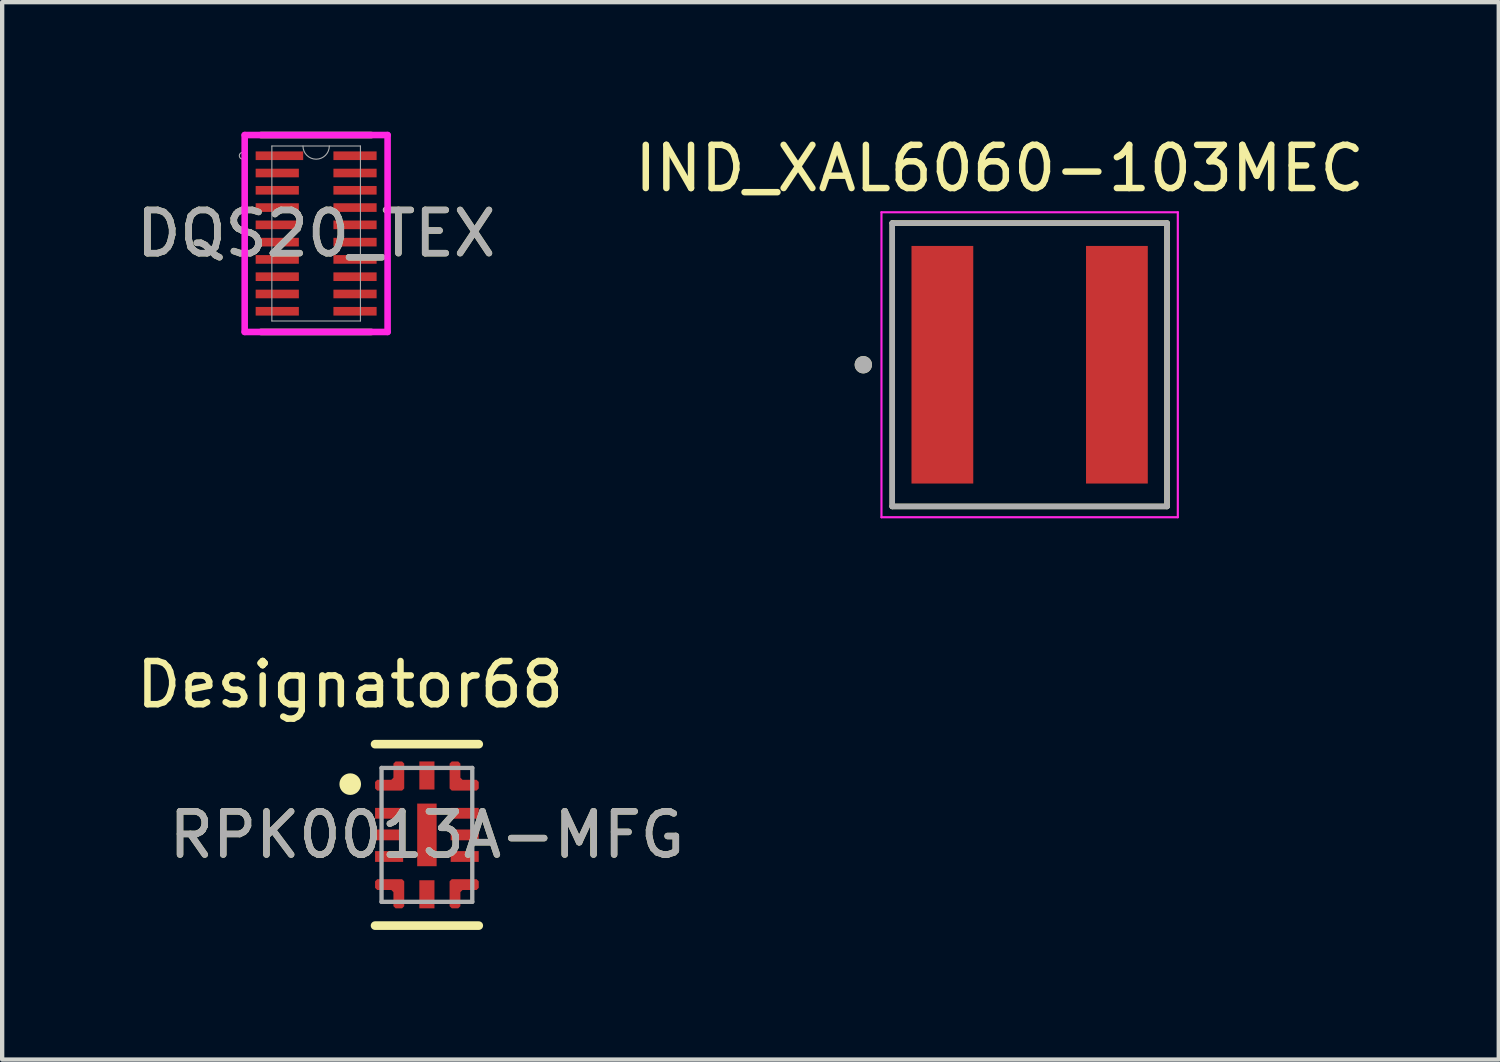
<source format=kicad_pcb>
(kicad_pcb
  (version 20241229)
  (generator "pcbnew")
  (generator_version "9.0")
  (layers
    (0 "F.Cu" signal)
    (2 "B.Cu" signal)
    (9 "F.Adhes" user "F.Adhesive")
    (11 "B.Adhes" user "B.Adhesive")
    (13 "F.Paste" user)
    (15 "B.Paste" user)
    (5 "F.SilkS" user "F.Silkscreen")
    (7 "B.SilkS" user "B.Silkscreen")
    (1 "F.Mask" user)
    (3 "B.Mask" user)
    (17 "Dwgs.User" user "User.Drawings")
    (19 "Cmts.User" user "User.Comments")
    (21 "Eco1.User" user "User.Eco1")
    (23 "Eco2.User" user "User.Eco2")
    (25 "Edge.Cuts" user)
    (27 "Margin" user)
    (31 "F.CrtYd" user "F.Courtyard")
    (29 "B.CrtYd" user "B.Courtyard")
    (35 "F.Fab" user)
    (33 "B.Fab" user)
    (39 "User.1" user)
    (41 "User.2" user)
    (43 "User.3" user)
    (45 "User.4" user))
  (footprint "DQS20_TEX"
    (layer "F.Cu")
    (at 4.268 2.355)
    (property "Reference" "DQS20_TEX" (at 0 0 0) (unlocked yes) (layer "F.SilkS") (effects (font (size 1 1) (thickness 0.15))))
    (attr smd)
    (fp_poly (pts (xy -1.4 -1.9) (xy -1.4 -1.7) (xy -0.4 -1.7) (xy -0.4 -1.9)) (stroke (width 0) (type solid)) (fill yes) (layer "F.Mask"))
    (fp_poly (pts (xy -1.4 -1.5) (xy -1.4 -1.3) (xy -0.4 -1.3) (xy -0.4 -1.5)) (stroke (width 0) (type solid)) (fill yes) (layer "F.Mask"))
    (fp_poly (pts (xy -1.4 -1.1) (xy -1.4 -0.9) (xy -0.4 -0.9) (xy -0.4 -1.1)) (stroke (width 0) (type solid)) (fill yes) (layer "F.Mask"))
    (fp_poly (pts (xy -1.4 -0.7) (xy -1.4 -0.5) (xy -0.4 -0.5) (xy -0.4 -0.7)) (stroke (width 0) (type solid)) (fill yes) (layer "F.Mask"))
    (fp_poly (pts (xy -1.4 -0.3) (xy -1.4 -0.1) (xy -0.4 -0.1) (xy -0.4 -0.3)) (stroke (width 0) (type solid)) (fill yes) (layer "F.Mask"))
    (fp_poly (pts (xy -1.4 0.1) (xy -1.4 0.3) (xy -0.4 0.3) (xy -0.4 0.1)) (stroke (width 0) (type solid)) (fill yes) (layer "F.Mask"))
    (fp_poly (pts (xy -1.4 0.5) (xy -1.4 0.7) (xy -0.4 0.7) (xy -0.4 0.5)) (stroke (width 0) (type solid)) (fill yes) (layer "F.Mask"))
    (fp_poly (pts (xy -1.4 0.9) (xy -1.4 1.1) (xy -0.4 1.1) (xy -0.4 0.9)) (stroke (width 0) (type solid)) (fill yes) (layer "F.Mask"))
    (fp_poly (pts (xy -1.4 1.3) (xy -1.4 1.5) (xy -0.4 1.5) (xy -0.4 1.3)) (stroke (width 0) (type solid)) (fill yes) (layer "F.Mask"))
    (fp_poly (pts (xy -1.4 1.7) (xy -1.4 1.9) (xy -0.4 1.9) (xy -0.4 1.7)) (stroke (width 0) (type solid)) (fill yes) (layer "F.Mask"))
    (fp_poly (pts (xy 0.4 -1.9) (xy 0.4 -1.7) (xy 1.4 -1.7) (xy 1.4 -1.9)) (stroke (width 0) (type solid)) (fill yes) (layer "F.Mask"))
    (fp_poly (pts (xy 0.4 -1.5) (xy 0.4 -1.3) (xy 1.4 -1.3) (xy 1.4 -1.5)) (stroke (width 0) (type solid)) (fill yes) (layer "F.Mask"))
    (fp_poly (pts (xy 0.4 -1.1) (xy 0.4 -0.9) (xy 1.4 -0.9) (xy 1.4 -1.1)) (stroke (width 0) (type solid)) (fill yes) (layer "F.Mask"))
    (fp_poly (pts (xy 0.4 -0.7) (xy 0.4 -0.5) (xy 1.4 -0.5) (xy 1.4 -0.7)) (stroke (width 0) (type solid)) (fill yes) (layer "F.Mask"))
    (fp_poly (pts (xy 0.4 -0.3) (xy 0.4 -0.1) (xy 1.4 -0.1) (xy 1.4 -0.3)) (stroke (width 0) (type solid)) (fill yes) (layer "F.Mask"))
    (fp_poly (pts (xy 0.4 0.1) (xy 0.4 0.3) (xy 1.4 0.3) (xy 1.4 0.1)) (stroke (width 0) (type solid)) (fill yes) (layer "F.Mask"))
    (fp_poly (pts (xy 0.4 0.5) (xy 0.4 0.7) (xy 1.4 0.7) (xy 1.4 0.5)) (stroke (width 0) (type solid)) (fill yes) (layer "F.Mask"))
    (fp_poly (pts (xy 0.4 0.9) (xy 0.4 1.1) (xy 1.4 1.1) (xy 1.4 0.9)) (stroke (width 0) (type solid)) (fill yes) (layer "F.Mask"))
    (fp_poly (pts (xy 0.4 1.3) (xy 0.4 1.5) (xy 1.4 1.5) (xy 1.4 1.3)) (stroke (width 0) (type solid)) (fill yes) (layer "F.Mask"))
    (fp_poly (pts (xy 0.4 1.7) (xy 0.4 1.9) (xy 1.4 1.9) (xy 1.4 1.7)) (stroke (width 0) (type solid)) (fill yes) (layer "F.Mask"))
    (fp_line (start -1.279 2.279) (end 1.279 2.279) (stroke (width 0.152) (type solid)) (layer "F.SilkS"))
    (fp_line (start 1.279 -2.279) (end -1.279 -2.279) (stroke (width 0.152) (type solid)) (layer "F.SilkS"))
    (fp_poly (pts (xy -1.4 -1.9) (xy -1.4 -1.7) (xy -0.35 -1.7) (xy -0.35 -1.9)) (stroke (width 0) (type solid)) (fill yes) (layer "F.Paste"))
    (fp_poly (pts (xy -1.4 -1.5) (xy -1.4 -1.3) (xy -0.4 -1.3) (xy -0.4 -1.5)) (stroke (width 0) (type solid)) (fill yes) (layer "F.Paste"))
    (fp_poly (pts (xy -1.4 -1.1) (xy -1.4 -0.9) (xy -0.4 -0.9) (xy -0.4 -1.1)) (stroke (width 0) (type solid)) (fill yes) (layer "F.Paste"))
    (fp_poly (pts (xy -1.4 -0.7) (xy -1.4 -0.5) (xy -0.4 -0.5) (xy -0.4 -0.7)) (stroke (width 0) (type solid)) (fill yes) (layer "F.Paste"))
    (fp_poly (pts (xy -1.4 -0.3) (xy -1.4 -0.1) (xy -0.4 -0.1) (xy -0.4 -0.3)) (stroke (width 0) (type solid)) (fill yes) (layer "F.Paste"))
    (fp_poly (pts (xy -1.4 0.1) (xy -1.4 0.3) (xy -0.4 0.3) (xy -0.4 0.1)) (stroke (width 0) (type solid)) (fill yes) (layer "F.Paste"))
    (fp_poly (pts (xy -1.4 0.5) (xy -1.4 0.7) (xy -0.4 0.7) (xy -0.4 0.5)) (stroke (width 0) (type solid)) (fill yes) (layer "F.Paste"))
    (fp_poly (pts (xy -1.4 0.9) (xy -1.4 1.1) (xy -0.4 1.1) (xy -0.4 0.9)) (stroke (width 0) (type solid)) (fill yes) (layer "F.Paste"))
    (fp_poly (pts (xy -1.4 1.3) (xy -1.4 1.5) (xy -0.4 1.5) (xy -0.4 1.3)) (stroke (width 0) (type solid)) (fill yes) (layer "F.Paste"))
    (fp_poly (pts (xy -1.4 1.7) (xy -1.4 1.9) (xy -0.4 1.9) (xy -0.4 1.7)) (stroke (width 0) (type solid)) (fill yes) (layer "F.Paste"))
    (fp_poly (pts (xy 0.4 -1.9) (xy 0.4 -1.7) (xy 1.4 -1.7) (xy 1.4 -1.9)) (stroke (width 0) (type solid)) (fill yes) (layer "F.Paste"))
    (fp_poly (pts (xy 0.4 -1.5) (xy 0.4 -1.3) (xy 1.4 -1.3) (xy 1.4 -1.5)) (stroke (width 0) (type solid)) (fill yes) (layer "F.Paste"))
    (fp_poly (pts (xy 0.4 -1.1) (xy 0.4 -0.9) (xy 1.4 -0.9) (xy 1.4 -1.1)) (stroke (width 0) (type solid)) (fill yes) (layer "F.Paste"))
    (fp_poly (pts (xy 0.4 -0.7) (xy 0.4 -0.5) (xy 1.4 -0.5) (xy 1.4 -0.7)) (stroke (width 0) (type solid)) (fill yes) (layer "F.Paste"))
    (fp_poly (pts (xy 0.4 -0.3) (xy 0.4 -0.1) (xy 1.4 -0.1) (xy 1.4 -0.3)) (stroke (width 0) (type solid)) (fill yes) (layer "F.Paste"))
    (fp_poly (pts (xy 0.4 0.1) (xy 0.4 0.3) (xy 1.4 0.3) (xy 1.4 0.1)) (stroke (width 0) (type solid)) (fill yes) (layer "F.Paste"))
    (fp_poly (pts (xy 0.4 0.5) (xy 0.4 0.7) (xy 1.4 0.7) (xy 1.4 0.5)) (stroke (width 0) (type solid)) (fill yes) (layer "F.Paste"))
    (fp_poly (pts (xy 0.4 0.9) (xy 0.4 1.1) (xy 1.4 1.1) (xy 1.4 0.9)) (stroke (width 0) (type solid)) (fill yes) (layer "F.Paste"))
    (fp_poly (pts (xy 0.4 1.3) (xy 0.4 1.5) (xy 1.4 1.5) (xy 1.4 1.3)) (stroke (width 0) (type solid)) (fill yes) (layer "F.Paste"))
    (fp_poly (pts (xy 0.4 1.7) (xy 0.4 1.9) (xy 1.4 1.9) (xy 1.4 1.7)) (stroke (width 0) (type solid)) (fill yes) (layer "F.Paste"))
    (fp_line (start -1.654 -2.279) (end 1.654 -2.279) (stroke (width 0.152) (type solid)) (layer "F.CrtYd"))
    (fp_line (start -1.654 2.279) (end -1.654 -2.279) (stroke (width 0.152) (type solid)) (layer "F.CrtYd"))
    (fp_line (start 1.654 -2.279) (end 1.654 2.279) (stroke (width 0.152) (type solid)) (layer "F.CrtYd"))
    (fp_line (start 1.654 2.279) (end -1.654 2.279) (stroke (width 0.152) (type solid)) (layer "F.CrtYd"))
    (fp_line (start -1.025 -2.025) (end -1.025 2.025) (stroke (width 0.025) (type solid)) (layer "F.Fab"))
    (fp_line (start -1.025 2.025) (end 1.025 2.025) (stroke (width 0.025) (type solid)) (layer "F.Fab"))
    (fp_line (start 1.025 -2.025) (end -1.025 -2.025) (stroke (width 0.025) (type solid)) (layer "F.Fab"))
    (fp_line (start 1.025 2.025) (end 1.025 -2.025) (stroke (width 0.025) (type solid)) (layer "F.Fab"))
    (fp_arc (start 0.3048 -2.025) (mid 0 -1.7202) (end -0.3048 -2.025) (stroke (width 0.0254) (type solid)) (layer "F.Fab"))
    (fp_circle (center -1.702 -1.8) (end -1.625 -1.8) (stroke (width 0.025) (type solid)) (fill no) (layer "F.Fab"))
    (fp_text user "${REFERENCE}" (at 0 0 0) (unlocked yes) (layer "F.Fab") (effects (font (size 1 1) (thickness 0.15))))
    (pad "1" smd rect (at -0.85 -1.8) (size 1.1 0.2) (layers "F.Cu" "F.Mask"))
    (pad "2" smd rect (at -0.9 -1.4) (size 1 0.2) (layers "F.Cu" "F.Mask"))
    (pad "3" smd rect (at -0.9 -1) (size 1 0.2) (layers "F.Cu" "F.Mask"))
    (pad "4" smd rect (at -0.9 -0.6) (size 1 0.2) (layers "F.Cu" "F.Mask"))
    (pad "5" smd rect (at -0.9 -0.2) (size 1 0.2) (layers "F.Cu" "F.Mask"))
    (pad "6" smd rect (at -0.9 0.2) (size 1 0.2) (layers "F.Cu" "F.Mask"))
    (pad "7" smd rect (at -0.9 0.6) (size 1 0.2) (layers "F.Cu" "F.Mask"))
    (pad "8" smd rect (at -0.9 1) (size 1 0.2) (layers "F.Cu" "F.Mask"))
    (pad "9" smd rect (at -0.9 1.4) (size 1 0.2) (layers "F.Cu" "F.Mask"))
    (pad "10" smd rect (at -0.9 1.8) (size 1 0.2) (layers "F.Cu" "F.Mask"))
    (pad "11" smd rect (at 0.9 1.8) (size 1 0.2) (layers "F.Cu" "F.Mask"))
    (pad "12" smd rect (at 0.9 1.4) (size 1 0.2) (layers "F.Cu" "F.Mask"))
    (pad "13" smd rect (at 0.9 1) (size 1 0.2) (layers "F.Cu" "F.Mask"))
    (pad "14" smd rect (at 0.9 0.6) (size 1 0.2) (layers "F.Cu" "F.Mask"))
    (pad "15" smd rect (at 0.9 0.2) (size 1 0.2) (layers "F.Cu" "F.Mask"))
    (pad "16" smd rect (at 0.9 -0.2) (size 1 0.2) (layers "F.Cu" "F.Mask"))
    (pad "17" smd rect (at 0.9 -0.6) (size 1 0.2) (layers "F.Cu" "F.Mask"))
    (pad "18" smd rect (at 0.9 -1) (size 1 0.2) (layers "F.Cu" "F.Mask"))
    (pad "19" smd rect (at 0.9 -1.4) (size 1 0.2) (layers "F.Cu" "F.Mask"))
    (pad "20" smd rect (at 0.9 -1.8) (size 1 0.2) (layers "F.Cu" "F.Mask")))
  (footprint "IND_XAL6060-103MEC"
    (layer "F.Cu")
    (at 20.784 5.393)
    (property "Reference" "IND_XAL6060-103MEC" (at -0.695 -4.545 0) (layer "F.SilkS") (effects (font (size 1 1) (thickness 0.15))))
    (attr smd)
    (fp_line (start -3.18 -3.28) (end -3.18 3.28) (stroke (width 0.127) (type solid)) (layer "F.SilkS"))
    (fp_line (start -3.18 3.28) (end 3.18 3.28) (stroke (width 0.127) (type solid)) (layer "F.SilkS"))
    (fp_line (start 3.18 -3.28) (end -3.18 -3.28) (stroke (width 0.127) (type solid)) (layer "F.SilkS"))
    (fp_line (start 3.18 3.28) (end 3.18 -3.28) (stroke (width 0.127) (type solid)) (layer "F.SilkS"))
    (fp_circle (center -3.85 0) (end -3.75 0) (stroke (width 0.2) (type solid)) (fill no) (layer "F.SilkS"))
    (fp_line (start -3.43 -3.53) (end 3.43 -3.53) (stroke (width 0.05) (type solid)) (layer "F.CrtYd"))
    (fp_line (start -3.43 3.53) (end -3.43 -3.53) (stroke (width 0.05) (type solid)) (layer "F.CrtYd"))
    (fp_line (start 3.43 -3.53) (end 3.43 3.53) (stroke (width 0.05) (type solid)) (layer "F.CrtYd"))
    (fp_line (start 3.43 3.53) (end -3.43 3.53) (stroke (width 0.05) (type solid)) (layer "F.CrtYd"))
    (fp_line (start -3.18 -3.28) (end -3.18 3.28) (stroke (width 0.127) (type solid)) (layer "F.Fab"))
    (fp_line (start -3.18 3.28) (end 3.18 3.28) (stroke (width 0.127) (type solid)) (layer "F.Fab"))
    (fp_line (start 3.18 -3.28) (end -3.18 -3.28) (stroke (width 0.127) (type solid)) (layer "F.Fab"))
    (fp_line (start 3.18 3.28) (end 3.18 -3.28) (stroke (width 0.127) (type solid)) (layer "F.Fab"))
    (fp_circle (center -3.85 0) (end -3.75 0) (stroke (width 0.2) (type solid)) (fill no) (layer "F.Fab"))
    (pad "1" smd rect (at -2.02 0) (size 1.43 5.5) (layers "F.Cu" "F.Mask" "F.Paste"))
    (pad "2" smd rect (at 2.02 0) (size 1.43 5.5) (layers "F.Cu" "F.Mask" "F.Paste")))
  (footprint "RPK0013A-MFG"
    (layer "F.Cu")
    (at 6.832 16.276)
    (property "Reference" "RPK0013A-MFG" (at 0 0 0) (unlocked yes) (layer "F.SilkS") (effects (font (size 1 1) (thickness 0.15))))
    (attr smd)
    (fp_poly (pts (xy -1.2 -1.075) (xy -1.15 -1.025) (xy -0.575 -1.025) (xy -0.525 -1.075) (xy -0.525 -1.65) (xy -0.575 -1.7) (xy -0.725 -1.7) (xy -0.775 -1.65) (xy -0.775 -1.325) (xy -0.825 -1.275) (xy -1.15 -1.275) (xy -1.2 -1.225)) (stroke (width 0) (type solid)) (fill yes) (layer "F.Cu"))
    (fp_poly (pts (xy -1.2 1.075) (xy -1.15 1.025) (xy -0.575 1.025) (xy -0.525 1.075) (xy -0.525 1.65) (xy -0.575 1.7) (xy -0.725 1.7) (xy -0.775 1.65) (xy -0.775 1.325) (xy -0.825 1.275) (xy -1.15 1.275) (xy -1.2 1.225)) (stroke (width 0) (type solid)) (fill yes) (layer "F.Cu"))
    (fp_poly (pts (xy 1.2 -1.075) (xy 1.15 -1.025) (xy 0.575 -1.025) (xy 0.525 -1.075) (xy 0.525 -1.65) (xy 0.575 -1.7) (xy 0.725 -1.7) (xy 0.775 -1.65) (xy 0.775 -1.325) (xy 0.825 -1.275) (xy 1.15 -1.275) (xy 1.2 -1.225)) (stroke (width 0) (type solid)) (fill yes) (layer "F.Cu"))
    (fp_poly (pts (xy 1.2 1.075) (xy 1.15 1.025) (xy 0.575 1.025) (xy 0.525 1.075) (xy 0.525 1.65) (xy 0.575 1.7) (xy 0.725 1.7) (xy 0.775 1.65) (xy 0.775 1.325) (xy 0.825 1.275) (xy 1.15 1.275) (xy 1.2 1.225)) (stroke (width 0) (type solid)) (fill yes) (layer "F.Cu"))
    (fp_poly (pts (xy -1.2 -1.075) (xy -1.2 -1.225) (xy -1.15 -1.275) (xy -0.825 -1.275) (xy -0.775 -1.325) (xy -0.775 -1.65) (xy -0.725 -1.7) (xy -0.575 -1.7) (xy -0.525 -1.65) (xy -0.525 -1.075) (xy -0.575 -1.025) (xy -1.15 -1.025)) (stroke (width 0) (type solid)) (fill yes) (layer "F.Mask"))
    (fp_poly (pts (xy -1.2 1.075) (xy -1.15 1.025) (xy -0.575 1.025) (xy -0.525 1.075) (xy -0.525 1.65) (xy -0.575 1.7) (xy -0.725 1.7) (xy -0.775 1.65) (xy -0.775 1.325) (xy -0.825 1.275) (xy -1.15 1.275) (xy -1.2 1.225)) (stroke (width 0) (type solid)) (fill yes) (layer "F.Mask"))
    (fp_poly (pts (xy 1.2 -1.075) (xy 1.15 -1.025) (xy 0.575 -1.025) (xy 0.525 -1.075) (xy 0.525 -1.65) (xy 0.575 -1.7) (xy 0.725 -1.7) (xy 0.775 -1.65) (xy 0.775 -1.325) (xy 0.825 -1.275) (xy 1.15 -1.275) (xy 1.2 -1.225)) (stroke (width 0) (type solid)) (fill yes) (layer "F.Mask"))
    (fp_poly (pts (xy 1.2 1.075) (xy 1.2 1.225) (xy 1.15 1.275) (xy 0.825 1.275) (xy 0.775 1.325) (xy 0.775 1.65) (xy 0.725 1.7) (xy 0.575 1.7) (xy 0.525 1.65) (xy 0.525 1.075) (xy 0.575 1.025) (xy 1.15 1.025)) (stroke (width 0) (type solid)) (fill yes) (layer "F.Mask"))
    (fp_line (start -1.2 -2.1) (end 1.2 -2.1) (stroke (width 0.2) (type solid)) (layer "F.SilkS"))
    (fp_line (start -1.2 2.1) (end 1.2 2.1) (stroke (width 0.2) (type solid)) (layer "F.SilkS"))
    (fp_circle (center -1.775 -1.175) (end -1.65 -1.175) (stroke (width 0.25) (type solid)) (fill no) (layer "F.SilkS"))
    (fp_poly (pts (xy -1.2 -1.075) (xy -1.2 -1.225) (xy -1.15 -1.275) (xy -0.825 -1.275) (xy -0.775 -1.325) (xy -0.775 -1.65) (xy -0.725 -1.7) (xy -0.575 -1.7) (xy -0.525 -1.65) (xy -0.525 -1.075) (xy -0.575 -1.025) (xy -1.15 -1.025)) (stroke (width 0) (type solid)) (fill yes) (layer "F.Paste"))
    (fp_poly (pts (xy -1.2 1.075) (xy -1.15 1.025) (xy -0.575 1.025) (xy -0.525 1.075) (xy -0.525 1.65) (xy -0.575 1.7) (xy -0.725 1.7) (xy -0.775 1.65) (xy -0.775 1.325) (xy -0.825 1.275) (xy -1.15 1.275) (xy -1.2 1.225)) (stroke (width 0) (type solid)) (fill yes) (layer "F.Paste"))
    (fp_poly (pts (xy 1.2 -1.075) (xy 1.15 -1.025) (xy 0.575 -1.025) (xy 0.525 -1.075) (xy 0.525 -1.65) (xy 0.575 -1.7) (xy 0.725 -1.7) (xy 0.775 -1.65) (xy 0.775 -1.325) (xy 0.825 -1.275) (xy 1.15 -1.275) (xy 1.2 -1.225)) (stroke (width 0) (type solid)) (fill yes) (layer "F.Paste"))
    (fp_poly (pts (xy 1.2 1.075) (xy 1.2 1.225) (xy 1.15 1.275) (xy 0.825 1.275) (xy 0.775 1.325) (xy 0.775 1.65) (xy 0.725 1.7) (xy 0.575 1.7) (xy 0.525 1.65) (xy 0.525 1.075) (xy 0.575 1.025) (xy 1.15 1.025)) (stroke (width 0) (type solid)) (fill yes) (layer "F.Paste"))
    (fp_line (start -1.05 -1.55) (end 1.05 -1.55) (stroke (width 0.1) (type solid)) (layer "F.Fab"))
    (fp_line (start -1.05 1.55) (end -1.05 -1.55) (stroke (width 0.1) (type solid)) (layer "F.Fab"))
    (fp_line (start -1.05 1.55) (end 1.05 1.55) (stroke (width 0.1) (type solid)) (layer "F.Fab"))
    (fp_line (start 1.05 1.55) (end 1.05 -1.55) (stroke (width 0.1) (type solid)) (layer "F.Fab"))
    (fp_text user "Designator68" (at -1.778 -3.48 0) (unlocked yes) (layer "F.SilkS") (effects (font (size 1 1) (thickness 0.15))))
    (fp_text user "${REFERENCE}" (at 0 0 0) (unlocked yes) (layer "F.Fab") (effects (font (size 1 1) (thickness 0.15))))
    (pad "1" smd circle (at -0.694 -1.194) (size 0.244 0.244) (layers "F.Cu" "F.Mask" "F.Paste"))
    (pad "2" smd rect (at -0.875 -0.5) (size 0.65 0.25) (layers "F.Cu" "F.Mask" "F.Paste"))
    (pad "3" smd rect (at -0.875 0) (size 0.65 0.25) (layers "F.Cu" "F.Mask" "F.Paste"))
    (pad "4" smd rect (at -0.875 0.5) (size 0.65 0.25) (layers "F.Cu" "F.Mask" "F.Paste"))
    (pad "5" smd circle (at -0.694 1.194) (size 0.244 0.244) (layers "F.Cu" "F.Mask" "F.Paste"))
    (pad "6" smd rect (at 0 1.375) (size 0.35 0.65) (layers "F.Cu" "F.Mask" "F.Paste"))
    (pad "7" smd circle (at 0.694 1.194) (size 0.244 0.244) (layers "F.Cu" "F.Mask" "F.Paste"))
    (pad "8" smd rect (at 0.875 0.5) (size 0.65 0.25) (layers "F.Cu" "F.Mask" "F.Paste"))
    (pad "9" smd rect (at 0.875 0) (size 0.65 0.25) (layers "F.Cu" "F.Mask" "F.Paste"))
    (pad "10" smd rect (at 0.875 -0.5) (size 0.65 0.25) (layers "F.Cu" "F.Mask" "F.Paste"))
    (pad "11" smd circle (at 0.694 -1.194) (size 0.244 0.244) (layers "F.Cu" "F.Mask" "F.Paste"))
    (pad "12" smd rect (at 0 -1.375) (size 0.35 0.65) (layers "F.Cu" "F.Mask" "F.Paste"))
    (pad "13" smd rect (at 0 0) (size 0.45 1.45) (layers "F.Cu" "F.Mask" "F.Paste")))
  (gr_rect
    (start -3 -3)
    (end 31.643 21.476)
    (stroke (width 0.1) (type default))
    (fill no)
    (layer "Edge.Cuts")))
</source>
